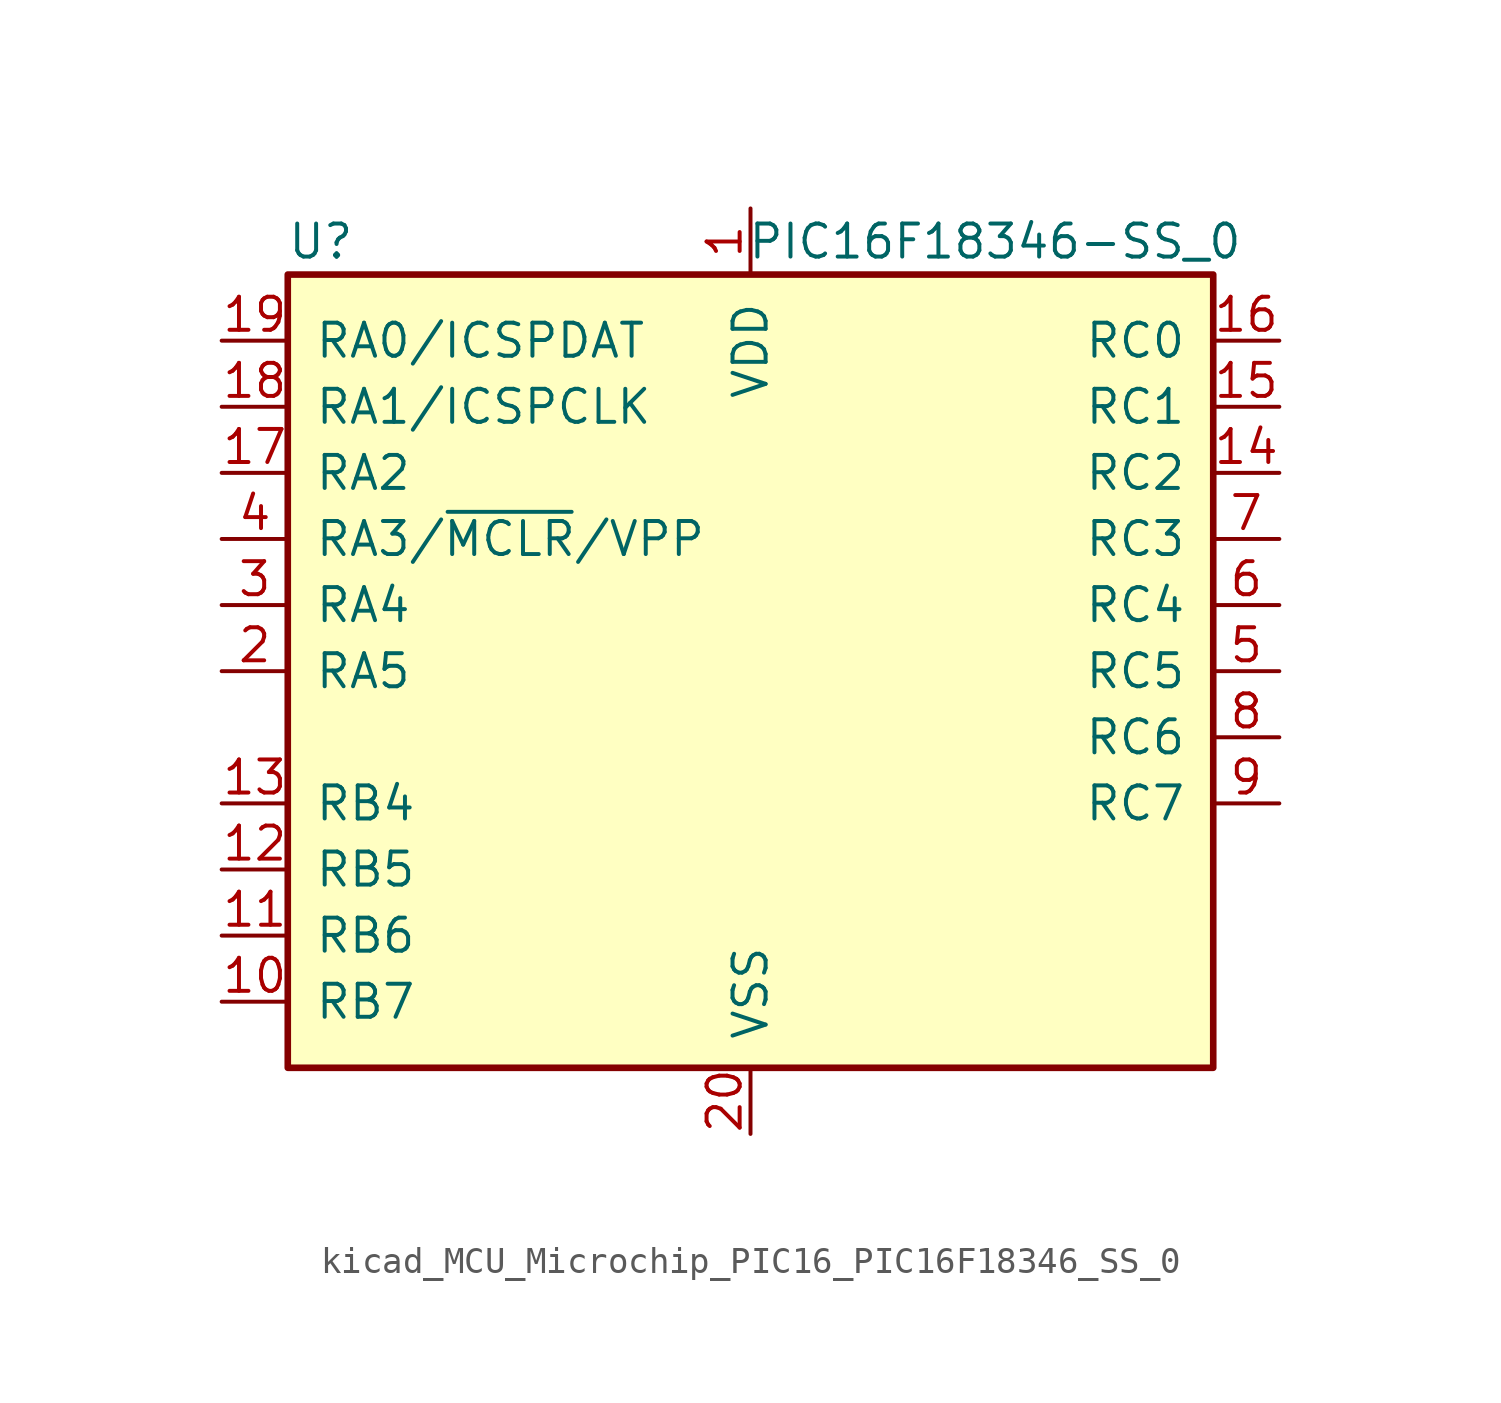
<source format=kicad_sym>
(kicad_symbol_lib
  (version 20220914)
  (generator kicad_symbol_editor)
  (symbol "kicad_MCU_Microchip_PIC16_PIC16F18346_SS_0"
    (pin_names
      (offset 1.016))
    (property "Reference" "U"
      (at -16.51 16.51 0)
      (effects (font (size 1.27 1.27))))
    (property "Value" "PIC16F18346-SS_0"
      (at 9.398 16.51 0)
      (effects (font (size 1.27 1.27))))
    (symbol "kicad_MCU_Microchip_PIC16_PIC16F18346_SS_0_0_1"
      (rectangle (start -17.78 15.24) (end 17.78 -15.24) (stroke (width 0.254) (type default)) (fill (type background))))
    (symbol "kicad_MCU_Microchip_PIC16_PIC16F18346_SS_0_1_1"
      (pin power_in line (at 0 17.78 270) (length 2.54) (name "VDD" (effects (font (size 1.27 1.27)))) (number "1" (effects (font (size 1.27 1.27)))))
      (pin bidirectional line (at -20.32 -12.7 0) (length 2.54) (name "RB7" (effects (font (size 1.27 1.27)))) (number "10" (effects (font (size 1.27 1.27)))))
      (pin bidirectional line (at -20.32 -10.16 0) (length 2.54) (name "RB6" (effects (font (size 1.27 1.27)))) (number "11" (effects (font (size 1.27 1.27)))))
      (pin bidirectional line (at -20.32 -7.62 0) (length 2.54) (name "RB5" (effects (font (size 1.27 1.27)))) (number "12" (effects (font (size 1.27 1.27)))))
      (pin bidirectional line (at -20.32 -5.08 0) (length 2.54) (name "RB4" (effects (font (size 1.27 1.27)))) (number "13" (effects (font (size 1.27 1.27)))))
      (pin bidirectional line (at 20.32 7.62 180) (length 2.54) (name "RC2" (effects (font (size 1.27 1.27)))) (number "14" (effects (font (size 1.27 1.27)))))
      (pin bidirectional line (at 20.32 10.16 180) (length 2.54) (name "RC1" (effects (font (size 1.27 1.27)))) (number "15" (effects (font (size 1.27 1.27)))))
      (pin bidirectional line (at 20.32 12.7 180) (length 2.54) (name "RC0" (effects (font (size 1.27 1.27)))) (number "16" (effects (font (size 1.27 1.27)))))
      (pin bidirectional line (at -20.32 7.62 0) (length 2.54) (name "RA2" (effects (font (size 1.27 1.27)))) (number "17" (effects (font (size 1.27 1.27)))))
      (pin bidirectional line (at -20.32 10.16 0) (length 2.54) (name "RA1/ICSPCLK" (effects (font (size 1.27 1.27)))) (number "18" (effects (font (size 1.27 1.27)))))
      (pin bidirectional line (at -20.32 12.7 0) (length 2.54) (name "RA0/ICSPDAT" (effects (font (size 1.27 1.27)))) (number "19" (effects (font (size 1.27 1.27)))))
      (pin bidirectional line (at -20.32 0 0) (length 2.54) (name "RA5" (effects (font (size 1.27 1.27)))) (number "2" (effects (font (size 1.27 1.27)))))
      (pin power_in line (at 0 -17.78 90) (length 2.54) (name "VSS" (effects (font (size 1.27 1.27)))) (number "20" (effects (font (size 1.27 1.27)))))
      (pin bidirectional line (at -20.32 2.54 0) (length 2.54) (name "RA4" (effects (font (size 1.27 1.27)))) (number "3" (effects (font (size 1.27 1.27)))))
      (pin bidirectional line (at -20.32 5.08 0) (length 2.54) (name "RA3/~{MCLR}/VPP" (effects (font (size 1.27 1.27)))) (number "4" (effects (font (size 1.27 1.27)))))
      (pin bidirectional line (at 20.32 0 180) (length 2.54) (name "RC5" (effects (font (size 1.27 1.27)))) (number "5" (effects (font (size 1.27 1.27)))))
      (pin bidirectional line (at 20.32 2.54 180) (length 2.54) (name "RC4" (effects (font (size 1.27 1.27)))) (number "6" (effects (font (size 1.27 1.27)))))
      (pin bidirectional line (at 20.32 5.08 180) (length 2.54) (name "RC3" (effects (font (size 1.27 1.27)))) (number "7" (effects (font (size 1.27 1.27)))))
      (pin bidirectional line (at 20.32 -2.54 180) (length 2.54) (name "RC6" (effects (font (size 1.27 1.27)))) (number "8" (effects (font (size 1.27 1.27)))))
      (pin bidirectional line (at 20.32 -5.08 180) (length 2.54) (name "RC7" (effects (font (size 1.27 1.27)))) (number "9" (effects (font (size 1.27 1.27))))))))
</source>
